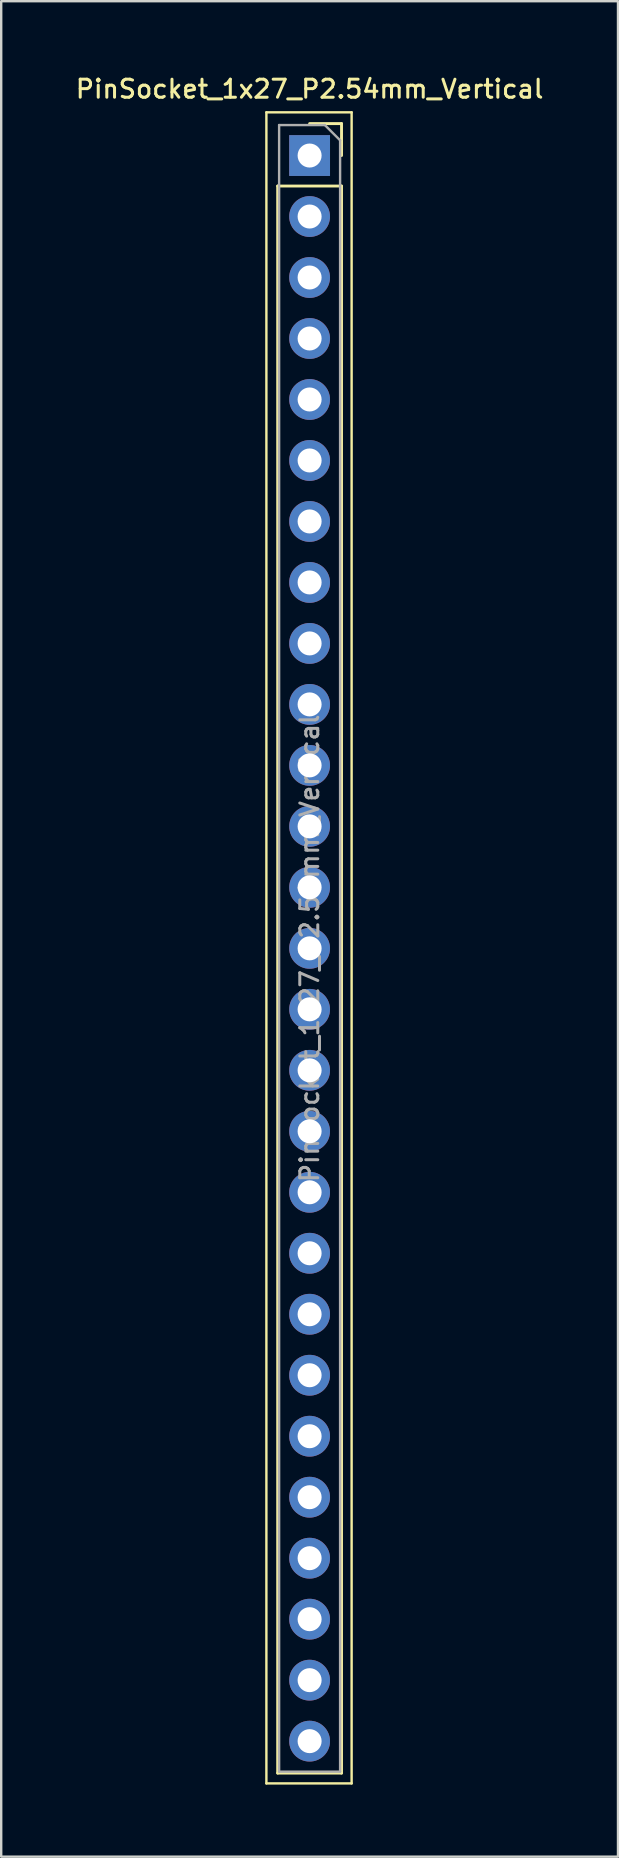
<source format=kicad_pcb>
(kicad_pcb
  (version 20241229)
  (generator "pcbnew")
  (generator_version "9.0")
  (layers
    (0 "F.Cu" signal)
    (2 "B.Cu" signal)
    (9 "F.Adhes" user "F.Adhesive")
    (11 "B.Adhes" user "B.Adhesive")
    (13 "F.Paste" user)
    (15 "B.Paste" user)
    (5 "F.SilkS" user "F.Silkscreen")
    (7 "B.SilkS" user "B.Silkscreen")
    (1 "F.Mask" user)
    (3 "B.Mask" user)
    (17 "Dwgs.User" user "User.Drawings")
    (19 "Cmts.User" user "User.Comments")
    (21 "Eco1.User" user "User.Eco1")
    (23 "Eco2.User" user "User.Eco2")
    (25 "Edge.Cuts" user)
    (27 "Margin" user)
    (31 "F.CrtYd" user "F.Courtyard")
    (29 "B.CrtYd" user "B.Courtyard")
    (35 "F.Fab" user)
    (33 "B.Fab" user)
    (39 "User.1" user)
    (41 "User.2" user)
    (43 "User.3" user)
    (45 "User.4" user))
  (footprint "PinSocket_1x27_P2.54mm_Vertical"
    (layer "F.Cu")
    (at 9.845 3.428)
    (property "Reference" "PinSocket_1x27_P2.54mm_Vertical" (at 0 -2.77 0) (layer "F.SilkS") (effects (font (size 0.75 0.75) (thickness 0.125))))
    (attr through_hole)
    (fp_line (start -1.8 -1.8) (end 1.75 -1.8) (stroke (width 0.1) (type solid)) (layer "F.SilkS"))
    (fp_line (start -1.8 67.8) (end -1.8 -1.8) (stroke (width 0.1) (type solid)) (layer "F.SilkS"))
    (fp_line (start -1.33 1.27) (end -1.33 67.37) (stroke (width 0.12) (type solid)) (layer "F.SilkS"))
    (fp_line (start -1.33 1.27) (end 1.33 1.27) (stroke (width 0.12) (type solid)) (layer "F.SilkS"))
    (fp_line (start -1.33 67.37) (end 1.33 67.37) (stroke (width 0.12) (type solid)) (layer "F.SilkS"))
    (fp_line (start 0 -1.33) (end 1.33 -1.33) (stroke (width 0.12) (type solid)) (layer "F.SilkS"))
    (fp_line (start 1.33 -1.33) (end 1.33 0) (stroke (width 0.12) (type solid)) (layer "F.SilkS"))
    (fp_line (start 1.33 1.27) (end 1.33 67.37) (stroke (width 0.12) (type solid)) (layer "F.SilkS"))
    (fp_line (start 1.75 -1.8) (end 1.75 67.8) (stroke (width 0.1) (type solid)) (layer "F.SilkS"))
    (fp_line (start 1.75 67.8) (end -1.8 67.8) (stroke (width 0.1) (type solid)) (layer "F.SilkS"))
    (fp_line (start -1.27 -1.27) (end 0.635 -1.27) (stroke (width 0.1) (type solid)) (layer "F.Fab"))
    (fp_line (start -1.27 67.31) (end -1.27 -1.27) (stroke (width 0.1) (type solid)) (layer "F.Fab"))
    (fp_line (start 0.635 -1.27) (end 1.27 -0.635) (stroke (width 0.1) (type solid)) (layer "F.Fab"))
    (fp_line (start 1.27 -0.635) (end 1.27 67.31) (stroke (width 0.1) (type solid)) (layer "F.Fab"))
    (fp_line (start 1.27 67.31) (end -1.27 67.31) (stroke (width 0.1) (type solid)) (layer "F.Fab"))
    (fp_text user "${REFERENCE}" (at 0 33.02 90) (layer "F.Fab") (effects (font (size 0.75 0.75) (thickness 0.125))))
    (pad "1" thru_hole rect (at 0 0) (size 1.7 1.7) (drill 1) (layers "*.Cu" "*.Mask"))
    (pad "2" thru_hole oval (at 0 2.54) (size 1.7 1.7) (drill 1) (layers "*.Cu" "*.Mask"))
    (pad "3" thru_hole oval (at 0 5.08) (size 1.7 1.7) (drill 1) (layers "*.Cu" "*.Mask"))
    (pad "4" thru_hole oval (at 0 7.62) (size 1.7 1.7) (drill 1) (layers "*.Cu" "*.Mask"))
    (pad "5" thru_hole oval (at 0 10.16) (size 1.7 1.7) (drill 1) (layers "*.Cu" "*.Mask"))
    (pad "6" thru_hole oval (at 0 12.7) (size 1.7 1.7) (drill 1) (layers "*.Cu" "*.Mask"))
    (pad "7" thru_hole oval (at 0 15.24) (size 1.7 1.7) (drill 1) (layers "*.Cu" "*.Mask"))
    (pad "8" thru_hole oval (at 0 17.78) (size 1.7 1.7) (drill 1) (layers "*.Cu" "*.Mask"))
    (pad "9" thru_hole oval (at 0 20.32) (size 1.7 1.7) (drill 1) (layers "*.Cu" "*.Mask"))
    (pad "10" thru_hole oval (at 0 22.86) (size 1.7 1.7) (drill 1) (layers "*.Cu" "*.Mask"))
    (pad "11" thru_hole oval (at 0 25.4) (size 1.7 1.7) (drill 1) (layers "*.Cu" "*.Mask"))
    (pad "12" thru_hole oval (at 0 27.94) (size 1.7 1.7) (drill 1) (layers "*.Cu" "*.Mask"))
    (pad "13" thru_hole oval (at 0 30.48) (size 1.7 1.7) (drill 1) (layers "*.Cu" "*.Mask"))
    (pad "14" thru_hole oval (at 0 33.02) (size 1.7 1.7) (drill 1) (layers "*.Cu" "*.Mask"))
    (pad "15" thru_hole oval (at 0 35.56) (size 1.7 1.7) (drill 1) (layers "*.Cu" "*.Mask"))
    (pad "16" thru_hole oval (at 0 38.1) (size 1.7 1.7) (drill 1) (layers "*.Cu" "*.Mask"))
    (pad "17" thru_hole oval (at 0 40.64) (size 1.7 1.7) (drill 1) (layers "*.Cu" "*.Mask"))
    (pad "18" thru_hole oval (at 0 43.18) (size 1.7 1.7) (drill 1) (layers "*.Cu" "*.Mask"))
    (pad "19" thru_hole oval (at 0 45.72) (size 1.7 1.7) (drill 1) (layers "*.Cu" "*.Mask"))
    (pad "20" thru_hole oval (at 0 48.26) (size 1.7 1.7) (drill 1) (layers "*.Cu" "*.Mask"))
    (pad "21" thru_hole oval (at 0 50.8) (size 1.7 1.7) (drill 1) (layers "*.Cu" "*.Mask"))
    (pad "22" thru_hole oval (at 0 53.34) (size 1.7 1.7) (drill 1) (layers "*.Cu" "*.Mask"))
    (pad "23" thru_hole oval (at 0 55.88) (size 1.7 1.7) (drill 1) (layers "*.Cu" "*.Mask"))
    (pad "24" thru_hole oval (at 0 58.42) (size 1.7 1.7) (drill 1) (layers "*.Cu" "*.Mask"))
    (pad "25" thru_hole oval (at 0 60.96) (size 1.7 1.7) (drill 1) (layers "*.Cu" "*.Mask"))
    (pad "26" thru_hole oval (at 0 63.5) (size 1.7 1.7) (drill 1) (layers "*.Cu" "*.Mask"))
    (pad "27" thru_hole oval (at 0 66.04) (size 1.7 1.7) (drill 1) (layers "*.Cu" "*.Mask")))
  (gr_rect
    (start -3 -3)
    (end 22.689 74.278)
    (stroke (width 0.1) (type default))
    (fill no)
    (layer "Edge.Cuts")))
</source>
